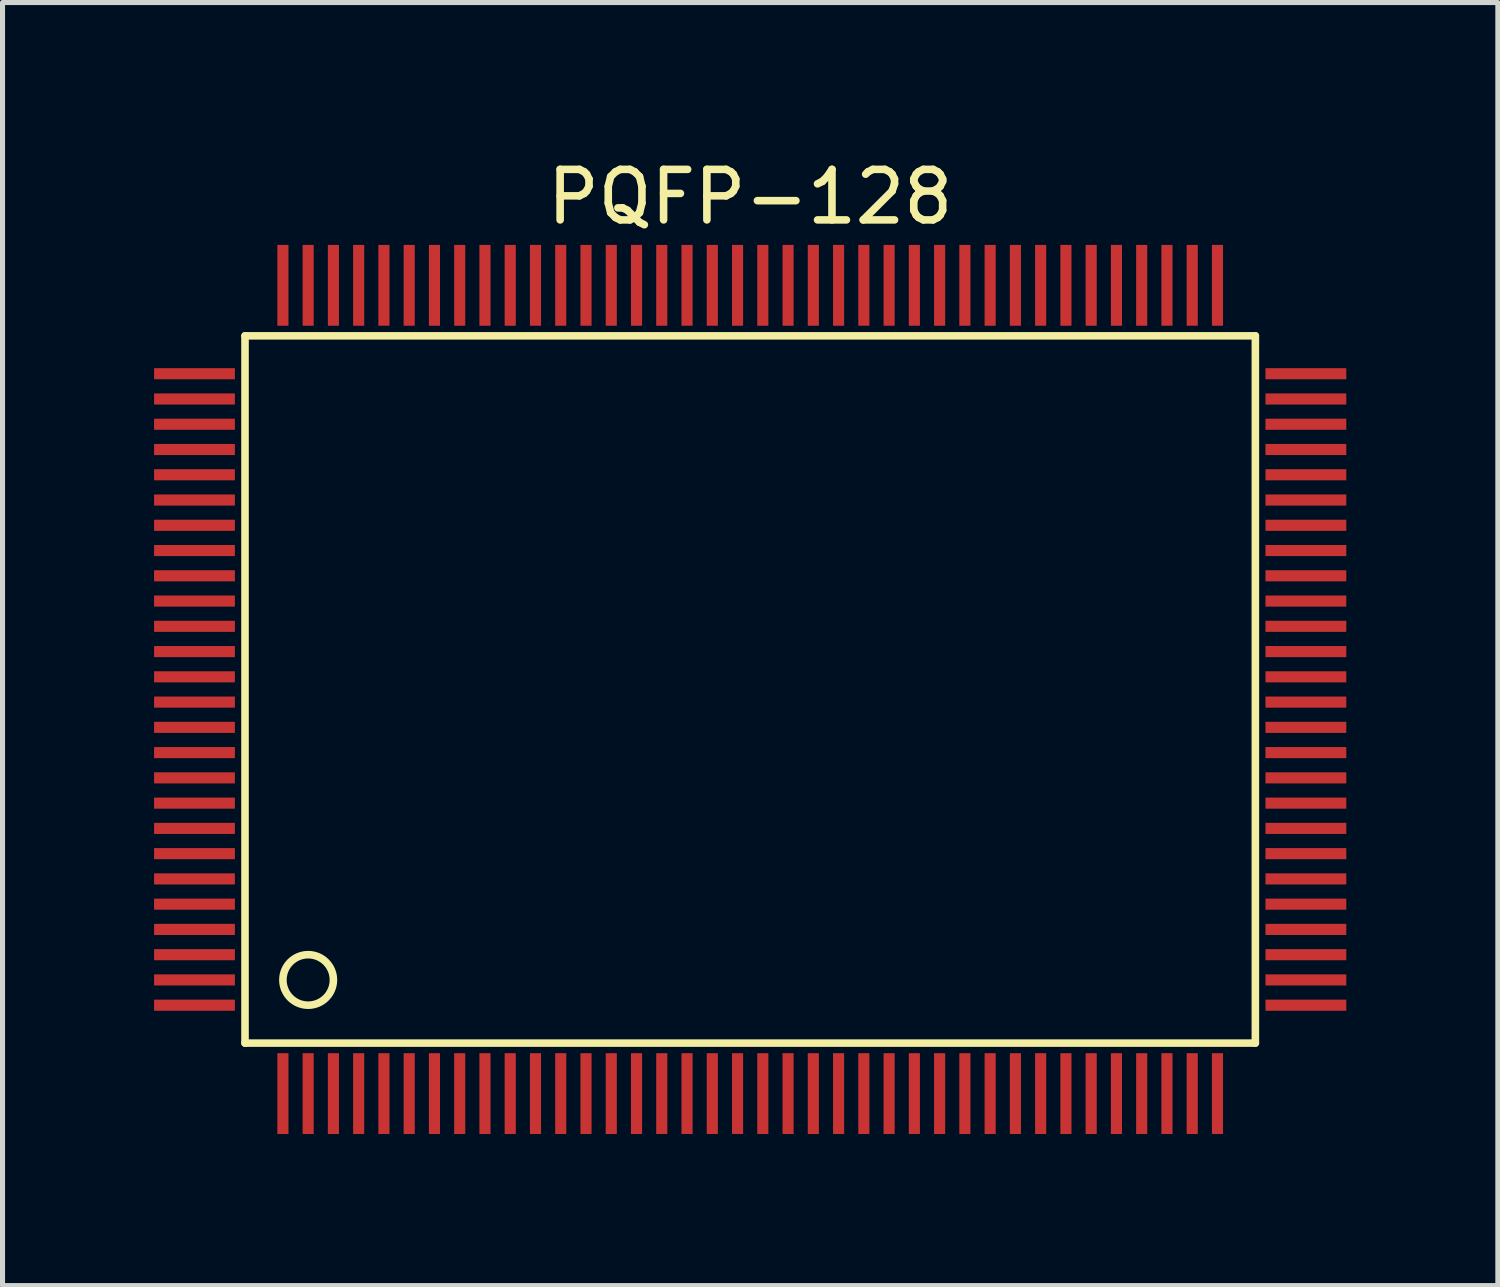
<source format=kicad_pcb>
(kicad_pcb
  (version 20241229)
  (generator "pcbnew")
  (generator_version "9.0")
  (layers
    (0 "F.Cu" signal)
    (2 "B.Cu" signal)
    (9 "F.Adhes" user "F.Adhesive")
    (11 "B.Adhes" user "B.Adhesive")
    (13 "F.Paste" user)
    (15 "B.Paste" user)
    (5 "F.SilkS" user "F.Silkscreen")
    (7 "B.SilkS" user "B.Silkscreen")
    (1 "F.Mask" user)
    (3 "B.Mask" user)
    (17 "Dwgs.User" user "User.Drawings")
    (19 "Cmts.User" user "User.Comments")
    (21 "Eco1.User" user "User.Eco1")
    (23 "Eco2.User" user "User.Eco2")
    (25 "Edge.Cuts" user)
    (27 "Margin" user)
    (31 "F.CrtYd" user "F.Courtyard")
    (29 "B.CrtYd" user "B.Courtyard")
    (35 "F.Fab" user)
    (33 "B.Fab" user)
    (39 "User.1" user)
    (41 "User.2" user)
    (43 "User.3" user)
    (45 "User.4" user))
  (footprint "PQFP-128"
    (layer "F.Cu")
    (at 11.8 10.598)
    (property "Reference" "PQFP-128" (at 0 -9.75 0) (layer "F.SilkS") (effects (font (size 1 1) (thickness 0.15))))
    (attr through_hole)
    (fp_line (start -10 -7) (end -10 7) (stroke (width 0.15) (type solid)) (layer "F.SilkS"))
    (fp_line (start -10 7) (end 10 7) (stroke (width 0.15) (type solid)) (layer "F.SilkS"))
    (fp_line (start 10 -7) (end -10 -7) (stroke (width 0.15) (type solid)) (layer "F.SilkS"))
    (fp_line (start 10 7) (end 10 -7) (stroke (width 0.15) (type solid)) (layer "F.SilkS"))
    (fp_circle (center -8.75 5.75) (end -8.25 5.75) (stroke (width 0.15) (type solid)) (fill no) (layer "F.SilkS"))
    (pad "1" smd rect (at -9.25 8) (size 0.22 1.6) (layers "F.Cu" "F.Mask" "F.Paste"))
    (pad "2" smd rect (at -8.75 8) (size 0.22 1.6) (layers "F.Cu" "F.Mask" "F.Paste"))
    (pad "3" smd rect (at -8.25 8) (size 0.22 1.6) (layers "F.Cu" "F.Mask" "F.Paste"))
    (pad "4" smd rect (at -7.75 8) (size 0.22 1.6) (layers "F.Cu" "F.Mask" "F.Paste"))
    (pad "5" smd rect (at -7.25 8) (size 0.22 1.6) (layers "F.Cu" "F.Mask" "F.Paste"))
    (pad "6" smd rect (at -6.75 8) (size 0.22 1.6) (layers "F.Cu" "F.Mask" "F.Paste"))
    (pad "7" smd rect (at -6.25 8) (size 0.22 1.6) (layers "F.Cu" "F.Mask" "F.Paste"))
    (pad "8" smd rect (at -5.75 8) (size 0.22 1.6) (layers "F.Cu" "F.Mask" "F.Paste"))
    (pad "9" smd rect (at -5.25 8) (size 0.22 1.6) (layers "F.Cu" "F.Mask" "F.Paste"))
    (pad "10" smd rect (at -4.75 8) (size 0.22 1.6) (layers "F.Cu" "F.Mask" "F.Paste"))
    (pad "11" smd rect (at -4.25 8) (size 0.22 1.6) (layers "F.Cu" "F.Mask" "F.Paste"))
    (pad "12" smd rect (at -3.75 8) (size 0.22 1.6) (layers "F.Cu" "F.Mask" "F.Paste"))
    (pad "13" smd rect (at -3.25 8) (size 0.22 1.6) (layers "F.Cu" "F.Mask" "F.Paste"))
    (pad "14" smd rect (at -2.75 8) (size 0.22 1.6) (layers "F.Cu" "F.Mask" "F.Paste"))
    (pad "15" smd rect (at -2.25 8) (size 0.22 1.6) (layers "F.Cu" "F.Mask" "F.Paste"))
    (pad "16" smd rect (at -1.75 8) (size 0.22 1.6) (layers "F.Cu" "F.Mask" "F.Paste"))
    (pad "17" smd rect (at -1.25 8) (size 0.22 1.6) (layers "F.Cu" "F.Mask" "F.Paste"))
    (pad "18" smd rect (at -0.75 8) (size 0.22 1.6) (layers "F.Cu" "F.Mask" "F.Paste"))
    (pad "19" smd rect (at -0.25 8) (size 0.22 1.6) (layers "F.Cu" "F.Mask" "F.Paste"))
    (pad "20" smd rect (at 0.25 8) (size 0.22 1.6) (layers "F.Cu" "F.Mask" "F.Paste"))
    (pad "21" smd rect (at 0.75 8) (size 0.22 1.6) (layers "F.Cu" "F.Mask" "F.Paste"))
    (pad "22" smd rect (at 1.25 8) (size 0.22 1.6) (layers "F.Cu" "F.Mask" "F.Paste"))
    (pad "23" smd rect (at 1.75 8) (size 0.22 1.6) (layers "F.Cu" "F.Mask" "F.Paste"))
    (pad "24" smd rect (at 2.25 8) (size 0.22 1.6) (layers "F.Cu" "F.Mask" "F.Paste"))
    (pad "25" smd rect (at 2.75 8) (size 0.22 1.6) (layers "F.Cu" "F.Mask" "F.Paste"))
    (pad "26" smd rect (at 3.25 8) (size 0.22 1.6) (layers "F.Cu" "F.Mask" "F.Paste"))
    (pad "27" smd rect (at 3.75 8) (size 0.22 1.6) (layers "F.Cu" "F.Mask" "F.Paste"))
    (pad "28" smd rect (at 4.25 8) (size 0.22 1.6) (layers "F.Cu" "F.Mask" "F.Paste"))
    (pad "29" smd rect (at 4.75 8) (size 0.22 1.6) (layers "F.Cu" "F.Mask" "F.Paste"))
    (pad "30" smd rect (at 5.25 8) (size 0.22 1.6) (layers "F.Cu" "F.Mask" "F.Paste"))
    (pad "31" smd rect (at 5.75 8) (size 0.22 1.6) (layers "F.Cu" "F.Mask" "F.Paste"))
    (pad "32" smd rect (at 6.25 8) (size 0.22 1.6) (layers "F.Cu" "F.Mask" "F.Paste"))
    (pad "33" smd rect (at 6.75 8) (size 0.22 1.6) (layers "F.Cu" "F.Mask" "F.Paste"))
    (pad "34" smd rect (at 7.25 8) (size 0.22 1.6) (layers "F.Cu" "F.Mask" "F.Paste"))
    (pad "35" smd rect (at 7.75 8) (size 0.22 1.6) (layers "F.Cu" "F.Mask" "F.Paste"))
    (pad "36" smd rect (at 8.25 8) (size 0.22 1.6) (layers "F.Cu" "F.Mask" "F.Paste"))
    (pad "37" smd rect (at 8.75 8) (size 0.22 1.6) (layers "F.Cu" "F.Mask" "F.Paste"))
    (pad "38" smd rect (at 9.25 8) (size 0.22 1.6) (layers "F.Cu" "F.Mask" "F.Paste"))
    (pad "39" smd rect (at 11 6.25 90) (size 0.22 1.6) (layers "F.Cu" "F.Mask" "F.Paste"))
    (pad "40" smd rect (at 11 5.75 90) (size 0.22 1.6) (layers "F.Cu" "F.Mask" "F.Paste"))
    (pad "41" smd rect (at 11 5.25 90) (size 0.22 1.6) (layers "F.Cu" "F.Mask" "F.Paste"))
    (pad "42" smd rect (at 11 4.75 90) (size 0.22 1.6) (layers "F.Cu" "F.Mask" "F.Paste"))
    (pad "43" smd rect (at 11 4.25 90) (size 0.22 1.6) (layers "F.Cu" "F.Mask" "F.Paste"))
    (pad "44" smd rect (at 11 3.75 90) (size 0.22 1.6) (layers "F.Cu" "F.Mask" "F.Paste"))
    (pad "45" smd rect (at 11 3.25 90) (size 0.22 1.6) (layers "F.Cu" "F.Mask" "F.Paste"))
    (pad "46" smd rect (at 11 2.75 90) (size 0.22 1.6) (layers "F.Cu" "F.Mask" "F.Paste"))
    (pad "47" smd rect (at 11 2.25 90) (size 0.22 1.6) (layers "F.Cu" "F.Mask" "F.Paste"))
    (pad "48" smd rect (at 11 1.75 90) (size 0.22 1.6) (layers "F.Cu" "F.Mask" "F.Paste"))
    (pad "49" smd rect (at 11 1.25 90) (size 0.22 1.6) (layers "F.Cu" "F.Mask" "F.Paste"))
    (pad "50" smd rect (at 11 0.75 90) (size 0.22 1.6) (layers "F.Cu" "F.Mask" "F.Paste"))
    (pad "51" smd rect (at 11 0.25 90) (size 0.22 1.6) (layers "F.Cu" "F.Mask" "F.Paste"))
    (pad "52" smd rect (at 11 -0.25 90) (size 0.22 1.6) (layers "F.Cu" "F.Mask" "F.Paste"))
    (pad "53" smd rect (at 11 -0.75 90) (size 0.22 1.6) (layers "F.Cu" "F.Mask" "F.Paste"))
    (pad "54" smd rect (at 11 -1.25 90) (size 0.22 1.6) (layers "F.Cu" "F.Mask" "F.Paste"))
    (pad "55" smd rect (at 11 -1.75 90) (size 0.22 1.6) (layers "F.Cu" "F.Mask" "F.Paste"))
    (pad "56" smd rect (at 11 -2.25 90) (size 0.22 1.6) (layers "F.Cu" "F.Mask" "F.Paste"))
    (pad "57" smd rect (at 11 -2.75 90) (size 0.22 1.6) (layers "F.Cu" "F.Mask" "F.Paste"))
    (pad "58" smd rect (at 11 -3.25 90) (size 0.22 1.6) (layers "F.Cu" "F.Mask" "F.Paste"))
    (pad "59" smd rect (at 11 -3.75 90) (size 0.22 1.6) (layers "F.Cu" "F.Mask" "F.Paste"))
    (pad "60" smd rect (at 11 -4.25 90) (size 0.22 1.6) (layers "F.Cu" "F.Mask" "F.Paste"))
    (pad "61" smd rect (at 11 -4.75 90) (size 0.22 1.6) (layers "F.Cu" "F.Mask" "F.Paste"))
    (pad "62" smd rect (at 11 -5.25 90) (size 0.22 1.6) (layers "F.Cu" "F.Mask" "F.Paste"))
    (pad "63" smd rect (at 11 -5.75 90) (size 0.22 1.6) (layers "F.Cu" "F.Mask" "F.Paste"))
    (pad "64" smd rect (at 11 -6.25 90) (size 0.22 1.6) (layers "F.Cu" "F.Mask" "F.Paste"))
    (pad "65" smd rect (at 9.25 -8 180) (size 0.22 1.6) (layers "F.Cu" "F.Mask" "F.Paste"))
    (pad "66" smd rect (at 8.75 -8 180) (size 0.22 1.6) (layers "F.Cu" "F.Mask" "F.Paste"))
    (pad "67" smd rect (at 8.25 -8 180) (size 0.22 1.6) (layers "F.Cu" "F.Mask" "F.Paste"))
    (pad "68" smd rect (at 7.75 -8 180) (size 0.22 1.6) (layers "F.Cu" "F.Mask" "F.Paste"))
    (pad "69" smd rect (at 7.25 -8 180) (size 0.22 1.6) (layers "F.Cu" "F.Mask" "F.Paste"))
    (pad "70" smd rect (at 6.75 -8 180) (size 0.22 1.6) (layers "F.Cu" "F.Mask" "F.Paste"))
    (pad "71" smd rect (at 6.25 -8 180) (size 0.22 1.6) (layers "F.Cu" "F.Mask" "F.Paste"))
    (pad "72" smd rect (at 5.75 -8 180) (size 0.22 1.6) (layers "F.Cu" "F.Mask" "F.Paste"))
    (pad "73" smd rect (at 5.25 -8 180) (size 0.22 1.6) (layers "F.Cu" "F.Mask" "F.Paste"))
    (pad "74" smd rect (at 4.75 -8 180) (size 0.22 1.6) (layers "F.Cu" "F.Mask" "F.Paste"))
    (pad "75" smd rect (at 4.25 -8 180) (size 0.22 1.6) (layers "F.Cu" "F.Mask" "F.Paste"))
    (pad "76" smd rect (at 3.75 -8 180) (size 0.22 1.6) (layers "F.Cu" "F.Mask" "F.Paste"))
    (pad "77" smd rect (at 3.25 -8 180) (size 0.22 1.6) (layers "F.Cu" "F.Mask" "F.Paste"))
    (pad "78" smd rect (at 2.75 -8 180) (size 0.22 1.6) (layers "F.Cu" "F.Mask" "F.Paste"))
    (pad "79" smd rect (at 2.25 -8 180) (size 0.22 1.6) (layers "F.Cu" "F.Mask" "F.Paste"))
    (pad "80" smd rect (at 1.75 -8 180) (size 0.22 1.6) (layers "F.Cu" "F.Mask" "F.Paste"))
    (pad "81" smd rect (at 1.25 -8 180) (size 0.22 1.6) (layers "F.Cu" "F.Mask" "F.Paste"))
    (pad "82" smd rect (at 0.75 -8 180) (size 0.22 1.6) (layers "F.Cu" "F.Mask" "F.Paste"))
    (pad "83" smd rect (at 0.25 -8 180) (size 0.22 1.6) (layers "F.Cu" "F.Mask" "F.Paste"))
    (pad "84" smd rect (at -0.25 -8 180) (size 0.22 1.6) (layers "F.Cu" "F.Mask" "F.Paste"))
    (pad "85" smd rect (at -0.75 -8 180) (size 0.22 1.6) (layers "F.Cu" "F.Mask" "F.Paste"))
    (pad "86" smd rect (at -1.25 -8 180) (size 0.22 1.6) (layers "F.Cu" "F.Mask" "F.Paste"))
    (pad "87" smd rect (at -1.75 -8 180) (size 0.22 1.6) (layers "F.Cu" "F.Mask" "F.Paste"))
    (pad "88" smd rect (at -2.25 -8 180) (size 0.22 1.6) (layers "F.Cu" "F.Mask" "F.Paste"))
    (pad "89" smd rect (at -2.75 -8 180) (size 0.22 1.6) (layers "F.Cu" "F.Mask" "F.Paste"))
    (pad "90" smd rect (at -3.25 -8 180) (size 0.22 1.6) (layers "F.Cu" "F.Mask" "F.Paste"))
    (pad "91" smd rect (at -3.75 -8 180) (size 0.22 1.6) (layers "F.Cu" "F.Mask" "F.Paste"))
    (pad "92" smd rect (at -4.25 -8 180) (size 0.22 1.6) (layers "F.Cu" "F.Mask" "F.Paste"))
    (pad "93" smd rect (at -4.75 -8 180) (size 0.22 1.6) (layers "F.Cu" "F.Mask" "F.Paste"))
    (pad "94" smd rect (at -5.25 -8 180) (size 0.22 1.6) (layers "F.Cu" "F.Mask" "F.Paste"))
    (pad "95" smd rect (at -5.75 -8 180) (size 0.22 1.6) (layers "F.Cu" "F.Mask" "F.Paste"))
    (pad "96" smd rect (at -6.25 -8 180) (size 0.22 1.6) (layers "F.Cu" "F.Mask" "F.Paste"))
    (pad "97" smd rect (at -6.75 -8 180) (size 0.22 1.6) (layers "F.Cu" "F.Mask" "F.Paste"))
    (pad "98" smd rect (at -7.25 -8 180) (size 0.22 1.6) (layers "F.Cu" "F.Mask" "F.Paste"))
    (pad "99" smd rect (at -7.75 -8 180) (size 0.22 1.6) (layers "F.Cu" "F.Mask" "F.Paste"))
    (pad "100" smd rect (at -8.25 -8 180) (size 0.22 1.6) (layers "F.Cu" "F.Mask" "F.Paste"))
    (pad "101" smd rect (at -8.75 -8 180) (size 0.22 1.6) (layers "F.Cu" "F.Mask" "F.Paste"))
    (pad "102" smd rect (at -9.25 -8 180) (size 0.22 1.6) (layers "F.Cu" "F.Mask" "F.Paste"))
    (pad "103" smd rect (at -11 -6.25 270) (size 0.22 1.6) (layers "F.Cu" "F.Mask" "F.Paste"))
    (pad "104" smd rect (at -11 -5.75 270) (size 0.22 1.6) (layers "F.Cu" "F.Mask" "F.Paste"))
    (pad "105" smd rect (at -11 -5.25 270) (size 0.22 1.6) (layers "F.Cu" "F.Mask" "F.Paste"))
    (pad "106" smd rect (at -11 -4.75 270) (size 0.22 1.6) (layers "F.Cu" "F.Mask" "F.Paste"))
    (pad "107" smd rect (at -11 -4.25 270) (size 0.22 1.6) (layers "F.Cu" "F.Mask" "F.Paste"))
    (pad "108" smd rect (at -11 -3.75 270) (size 0.22 1.6) (layers "F.Cu" "F.Mask" "F.Paste"))
    (pad "109" smd rect (at -11 -3.25 270) (size 0.22 1.6) (layers "F.Cu" "F.Mask" "F.Paste"))
    (pad "110" smd rect (at -11 -2.75 270) (size 0.22 1.6) (layers "F.Cu" "F.Mask" "F.Paste"))
    (pad "111" smd rect (at -11 -2.25 270) (size 0.22 1.6) (layers "F.Cu" "F.Mask" "F.Paste"))
    (pad "112" smd rect (at -11 -1.75 270) (size 0.22 1.6) (layers "F.Cu" "F.Mask" "F.Paste"))
    (pad "113" smd rect (at -11 -1.25 270) (size 0.22 1.6) (layers "F.Cu" "F.Mask" "F.Paste"))
    (pad "114" smd rect (at -11 -0.75 270) (size 0.22 1.6) (layers "F.Cu" "F.Mask" "F.Paste"))
    (pad "115" smd rect (at -11 -0.25 270) (size 0.22 1.6) (layers "F.Cu" "F.Mask" "F.Paste"))
    (pad "116" smd rect (at -11 0.25 270) (size 0.22 1.6) (layers "F.Cu" "F.Mask" "F.Paste"))
    (pad "117" smd rect (at -11 0.75 270) (size 0.22 1.6) (layers "F.Cu" "F.Mask" "F.Paste"))
    (pad "118" smd rect (at -11 1.25 270) (size 0.22 1.6) (layers "F.Cu" "F.Mask" "F.Paste"))
    (pad "119" smd rect (at -11 1.75 270) (size 0.22 1.6) (layers "F.Cu" "F.Mask" "F.Paste"))
    (pad "120" smd rect (at -11 2.25 270) (size 0.22 1.6) (layers "F.Cu" "F.Mask" "F.Paste"))
    (pad "121" smd rect (at -11 2.75 270) (size 0.22 1.6) (layers "F.Cu" "F.Mask" "F.Paste"))
    (pad "122" smd rect (at -11 3.25 270) (size 0.22 1.6) (layers "F.Cu" "F.Mask" "F.Paste"))
    (pad "123" smd rect (at -11 3.75 270) (size 0.22 1.6) (layers "F.Cu" "F.Mask" "F.Paste"))
    (pad "124" smd rect (at -11 4.25 270) (size 0.22 1.6) (layers "F.Cu" "F.Mask" "F.Paste"))
    (pad "125" smd rect (at -11 4.75 270) (size 0.22 1.6) (layers "F.Cu" "F.Mask" "F.Paste"))
    (pad "126" smd rect (at -11 5.25 270) (size 0.22 1.6) (layers "F.Cu" "F.Mask" "F.Paste"))
    (pad "127" smd rect (at -11 5.75 270) (size 0.22 1.6) (layers "F.Cu" "F.Mask" "F.Paste"))
    (pad "128" smd rect (at -11 6.25 270) (size 0.22 1.6) (layers "F.Cu" "F.Mask" "F.Paste")))
  (gr_rect
    (start -3 -3)
    (end 26.6 22.398)
    (stroke (width 0.1) (type default))
    (fill no)
    (layer "Edge.Cuts")))
</source>
